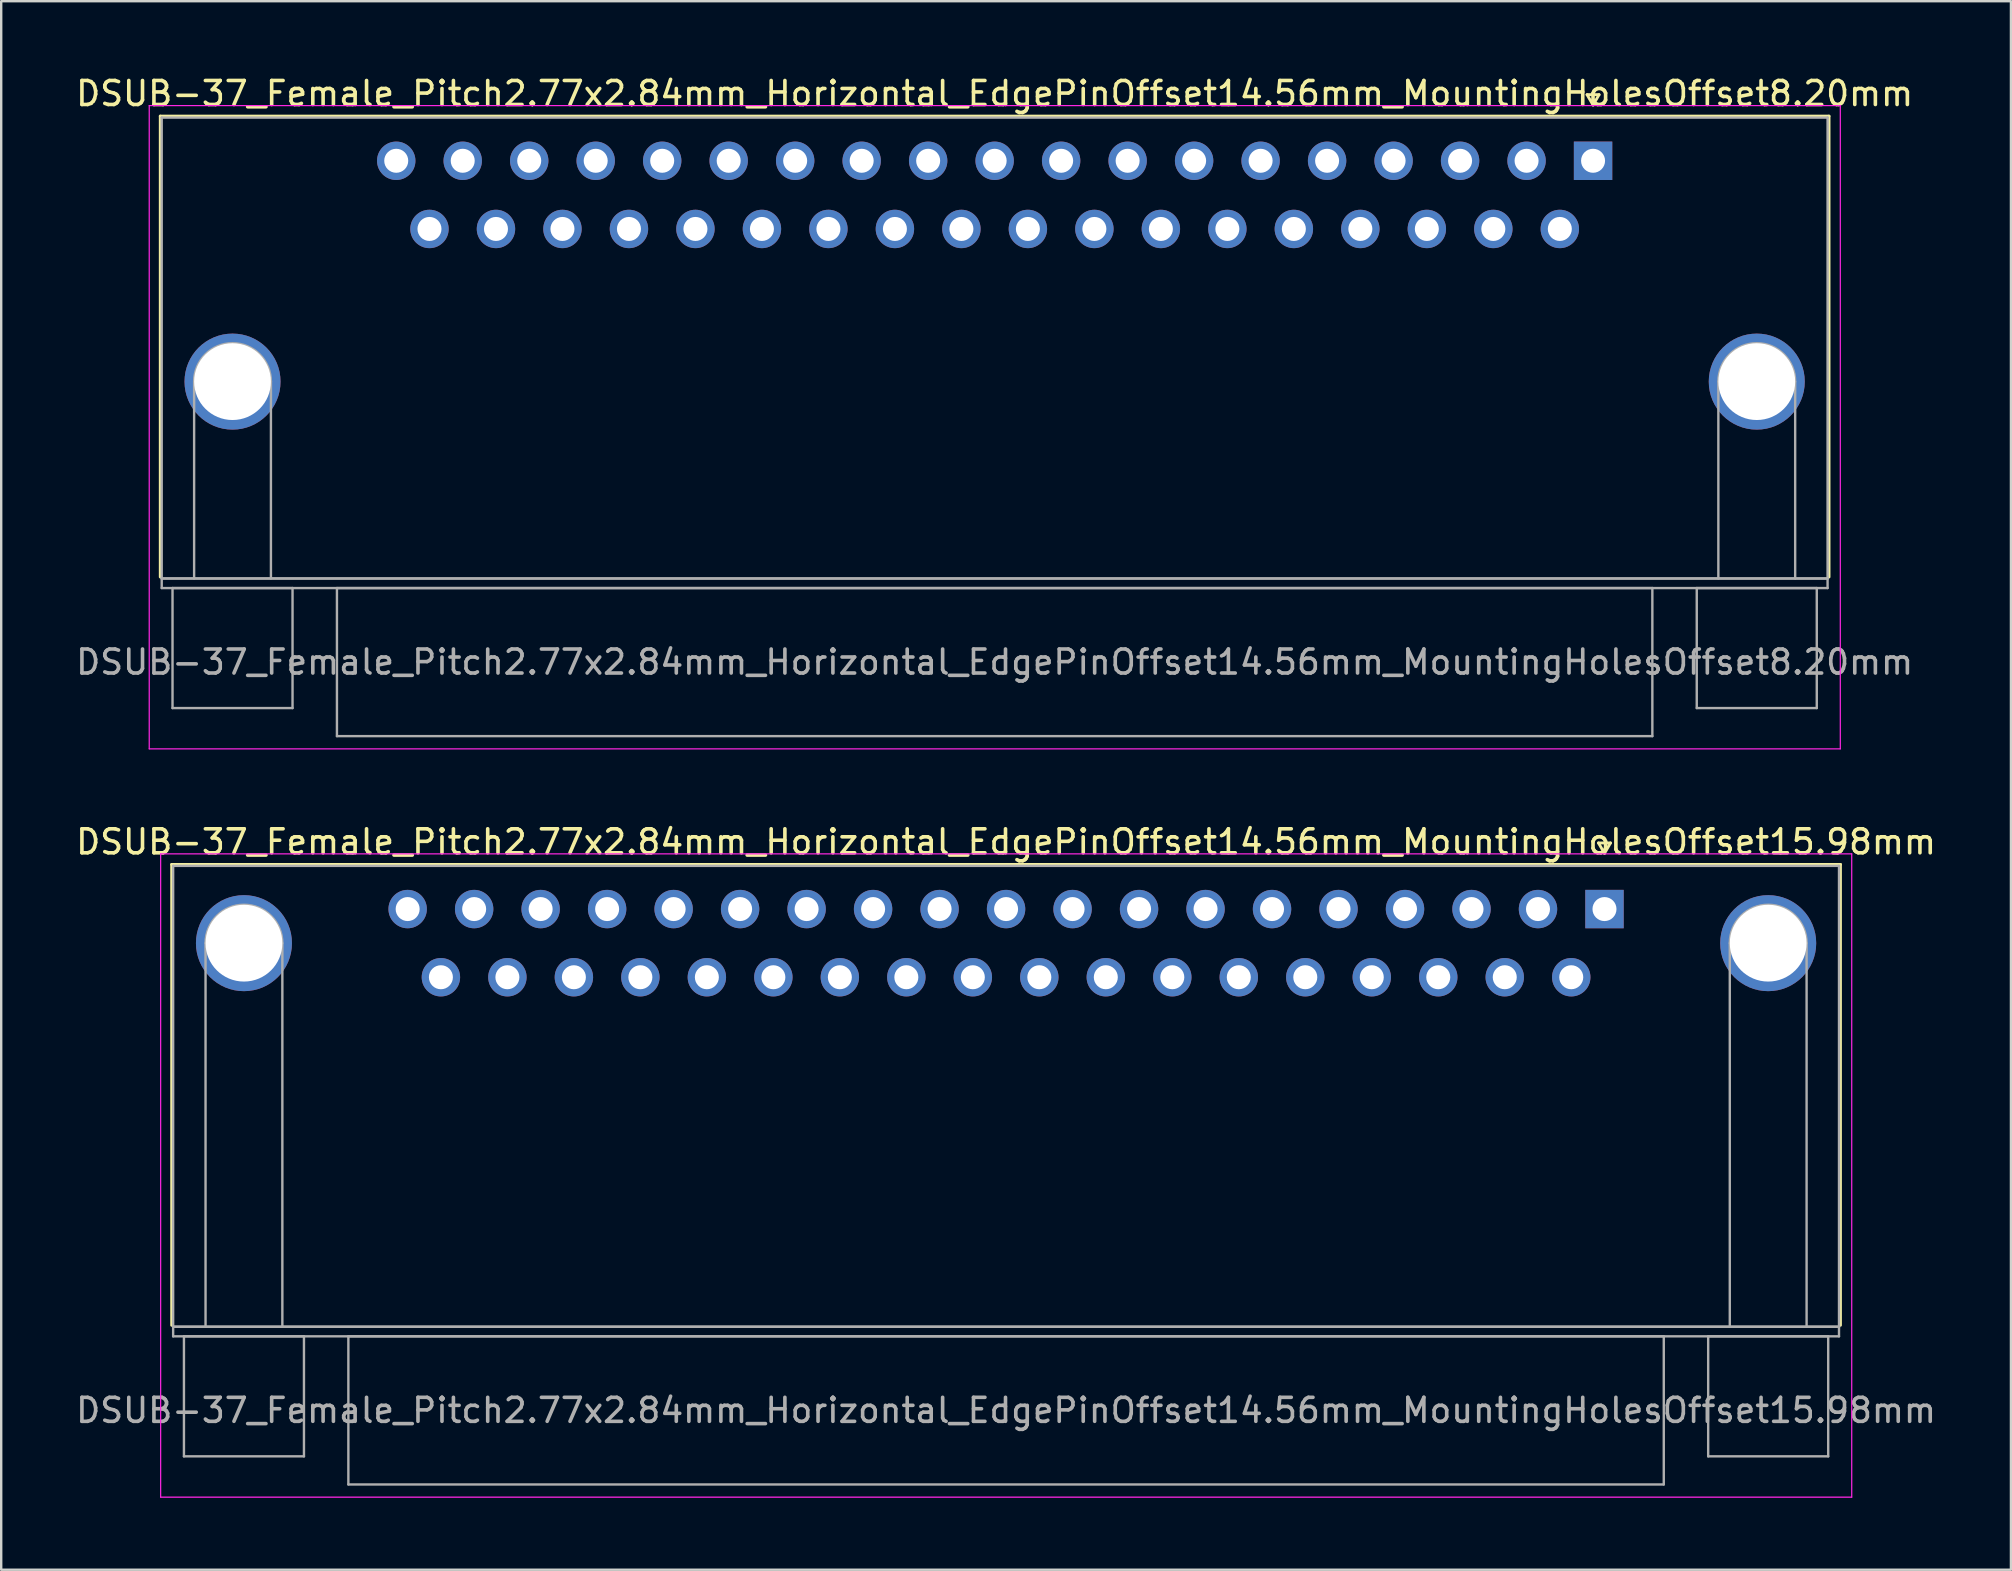
<source format=kicad_pcb>
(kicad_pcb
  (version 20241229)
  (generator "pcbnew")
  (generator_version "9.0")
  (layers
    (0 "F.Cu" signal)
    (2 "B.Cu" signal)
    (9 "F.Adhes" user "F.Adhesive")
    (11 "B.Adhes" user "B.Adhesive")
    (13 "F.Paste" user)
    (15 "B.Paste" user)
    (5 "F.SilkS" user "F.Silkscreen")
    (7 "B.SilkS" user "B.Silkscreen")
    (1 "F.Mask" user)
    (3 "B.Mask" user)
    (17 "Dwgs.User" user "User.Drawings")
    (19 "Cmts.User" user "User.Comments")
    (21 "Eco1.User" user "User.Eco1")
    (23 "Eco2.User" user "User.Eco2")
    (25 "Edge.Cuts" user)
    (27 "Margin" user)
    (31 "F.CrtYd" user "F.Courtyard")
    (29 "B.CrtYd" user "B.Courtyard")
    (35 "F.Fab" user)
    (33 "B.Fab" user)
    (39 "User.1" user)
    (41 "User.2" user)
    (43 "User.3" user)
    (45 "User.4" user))
  (footprint "DSUB-37_Female_Pitch2.77x2.84mm_Horizontal_EdgePinOffset14.56mm_MountingHolesOffset15.98mm"
    (layer "F.Cu")
    (at 63.793 34.822)
    (property "Reference" "DSUB-37_Female_Pitch2.77x2.84mm_Horizontal_EdgePinOffset14.56mm_MountingHolesOffset15.98mm" (at -24.93 -2.8 0) (layer "F.SilkS") (effects (font (size 1 1) (thickness 0.15))))
    (attr through_hole)
    (fp_line (start -59.69 -1.86) (end 9.83 -1.86) (stroke (width 0.12) (type solid)) (layer "F.SilkS"))
    (fp_line (start -59.69 17.34) (end -59.69 -1.86) (stroke (width 0.12) (type solid)) (layer "F.SilkS"))
    (fp_line (start -0.25 -2.754) (end 0.25 -2.754) (stroke (width 0.12) (type solid)) (layer "F.SilkS"))
    (fp_line (start 0 -2.321) (end -0.25 -2.754) (stroke (width 0.12) (type solid)) (layer "F.SilkS"))
    (fp_line (start 0.25 -2.754) (end 0 -2.321) (stroke (width 0.12) (type solid)) (layer "F.SilkS"))
    (fp_line (start 9.83 -1.86) (end 9.83 17.34) (stroke (width 0.12) (type solid)) (layer "F.SilkS"))
    (fp_line (start -60.15 -2.3) (end -60.15 24.5) (stroke (width 0.05) (type solid)) (layer "F.CrtYd"))
    (fp_line (start -60.15 24.5) (end 10.3 24.5) (stroke (width 0.05) (type solid)) (layer "F.CrtYd"))
    (fp_line (start 10.3 -2.3) (end -60.15 -2.3) (stroke (width 0.05) (type solid)) (layer "F.CrtYd"))
    (fp_line (start 10.3 24.5) (end 10.3 -2.3) (stroke (width 0.05) (type solid)) (layer "F.CrtYd"))
    (fp_line (start -59.63 -1.8) (end -59.63 17.4) (stroke (width 0.1) (type solid)) (layer "F.Fab"))
    (fp_line (start -59.63 17.4) (end -59.63 17.8) (stroke (width 0.1) (type solid)) (layer "F.Fab"))
    (fp_line (start -59.63 17.4) (end 9.77 17.4) (stroke (width 0.1) (type solid)) (layer "F.Fab"))
    (fp_line (start -59.63 17.8) (end 9.77 17.8) (stroke (width 0.1) (type solid)) (layer "F.Fab"))
    (fp_line (start -59.18 17.8) (end -59.18 22.8) (stroke (width 0.1) (type solid)) (layer "F.Fab"))
    (fp_line (start -59.18 22.8) (end -54.18 22.8) (stroke (width 0.1) (type solid)) (layer "F.Fab"))
    (fp_line (start -58.28 17.4) (end -58.28 1.42) (stroke (width 0.1) (type solid)) (layer "F.Fab"))
    (fp_line (start -55.08 17.4) (end -55.08 1.42) (stroke (width 0.1) (type solid)) (layer "F.Fab"))
    (fp_line (start -54.18 17.8) (end -59.18 17.8) (stroke (width 0.1) (type solid)) (layer "F.Fab"))
    (fp_line (start -54.18 22.8) (end -54.18 17.8) (stroke (width 0.1) (type solid)) (layer "F.Fab"))
    (fp_line (start -52.33 17.8) (end -52.33 23.97) (stroke (width 0.1) (type solid)) (layer "F.Fab"))
    (fp_line (start -52.33 23.97) (end 2.47 23.97) (stroke (width 0.1) (type solid)) (layer "F.Fab"))
    (fp_line (start 2.47 17.8) (end -52.33 17.8) (stroke (width 0.1) (type solid)) (layer "F.Fab"))
    (fp_line (start 2.47 23.97) (end 2.47 17.8) (stroke (width 0.1) (type solid)) (layer "F.Fab"))
    (fp_line (start 4.32 17.8) (end 4.32 22.8) (stroke (width 0.1) (type solid)) (layer "F.Fab"))
    (fp_line (start 4.32 22.8) (end 9.32 22.8) (stroke (width 0.1) (type solid)) (layer "F.Fab"))
    (fp_line (start 5.22 17.4) (end 5.22 1.42) (stroke (width 0.1) (type solid)) (layer "F.Fab"))
    (fp_line (start 8.42 17.4) (end 8.42 1.42) (stroke (width 0.1) (type solid)) (layer "F.Fab"))
    (fp_line (start 9.32 17.8) (end 4.32 17.8) (stroke (width 0.1) (type solid)) (layer "F.Fab"))
    (fp_line (start 9.32 22.8) (end 9.32 17.8) (stroke (width 0.1) (type solid)) (layer "F.Fab"))
    (fp_line (start 9.77 -1.8) (end -59.63 -1.8) (stroke (width 0.1) (type solid)) (layer "F.Fab"))
    (fp_line (start 9.77 17.4) (end -59.63 17.4) (stroke (width 0.1) (type solid)) (layer "F.Fab"))
    (fp_line (start 9.77 17.4) (end 9.77 -1.8) (stroke (width 0.1) (type solid)) (layer "F.Fab"))
    (fp_line (start 9.77 17.8) (end 9.77 17.4) (stroke (width 0.1) (type solid)) (layer "F.Fab"))
    (fp_arc (start -58.28 1.42) (mid -56.68 -0.18) (end -55.08 1.42) (stroke (width 0.1) (type solid)) (layer "F.Fab"))
    (fp_arc (start 5.22 1.42) (mid 6.82 -0.18) (end 8.42 1.42) (stroke (width 0.1) (type solid)) (layer "F.Fab"))
    (fp_text user "${REFERENCE}" (at -24.93 20.885 0) (layer "F.Fab") (effects (font (size 1 1) (thickness 0.15))))
    (pad "0" thru_hole circle (at -56.68 1.42) (size 4 4) (drill 3.2) (layers "*.Cu" "*.Mask"))
    (pad "0" thru_hole circle (at 6.82 1.42) (size 4 4) (drill 3.2) (layers "*.Cu" "*.Mask"))
    (pad "1" thru_hole rect (at 0 0) (size 1.6 1.6) (drill 1) (layers "*.Cu" "*.Mask"))
    (pad "2" thru_hole circle (at -2.77 0) (size 1.6 1.6) (drill 1) (layers "*.Cu" "*.Mask"))
    (pad "3" thru_hole circle (at -5.54 0) (size 1.6 1.6) (drill 1) (layers "*.Cu" "*.Mask"))
    (pad "4" thru_hole circle (at -8.31 0) (size 1.6 1.6) (drill 1) (layers "*.Cu" "*.Mask"))
    (pad "5" thru_hole circle (at -11.08 0) (size 1.6 1.6) (drill 1) (layers "*.Cu" "*.Mask"))
    (pad "6" thru_hole circle (at -13.85 0) (size 1.6 1.6) (drill 1) (layers "*.Cu" "*.Mask"))
    (pad "7" thru_hole circle (at -16.62 0) (size 1.6 1.6) (drill 1) (layers "*.Cu" "*.Mask"))
    (pad "8" thru_hole circle (at -19.39 0) (size 1.6 1.6) (drill 1) (layers "*.Cu" "*.Mask"))
    (pad "9" thru_hole circle (at -22.16 0) (size 1.6 1.6) (drill 1) (layers "*.Cu" "*.Mask"))
    (pad "10" thru_hole circle (at -24.93 0) (size 1.6 1.6) (drill 1) (layers "*.Cu" "*.Mask"))
    (pad "11" thru_hole circle (at -27.7 0) (size 1.6 1.6) (drill 1) (layers "*.Cu" "*.Mask"))
    (pad "12" thru_hole circle (at -30.47 0) (size 1.6 1.6) (drill 1) (layers "*.Cu" "*.Mask"))
    (pad "13" thru_hole circle (at -33.24 0) (size 1.6 1.6) (drill 1) (layers "*.Cu" "*.Mask"))
    (pad "14" thru_hole circle (at -36.01 0) (size 1.6 1.6) (drill 1) (layers "*.Cu" "*.Mask"))
    (pad "15" thru_hole circle (at -38.78 0) (size 1.6 1.6) (drill 1) (layers "*.Cu" "*.Mask"))
    (pad "16" thru_hole circle (at -41.55 0) (size 1.6 1.6) (drill 1) (layers "*.Cu" "*.Mask"))
    (pad "17" thru_hole circle (at -44.32 0) (size 1.6 1.6) (drill 1) (layers "*.Cu" "*.Mask"))
    (pad "18" thru_hole circle (at -47.09 0) (size 1.6 1.6) (drill 1) (layers "*.Cu" "*.Mask"))
    (pad "19" thru_hole circle (at -49.86 0) (size 1.6 1.6) (drill 1) (layers "*.Cu" "*.Mask"))
    (pad "20" thru_hole circle (at -1.385 2.84) (size 1.6 1.6) (drill 1) (layers "*.Cu" "*.Mask"))
    (pad "21" thru_hole circle (at -4.155 2.84) (size 1.6 1.6) (drill 1) (layers "*.Cu" "*.Mask"))
    (pad "22" thru_hole circle (at -6.925 2.84) (size 1.6 1.6) (drill 1) (layers "*.Cu" "*.Mask"))
    (pad "23" thru_hole circle (at -9.695 2.84) (size 1.6 1.6) (drill 1) (layers "*.Cu" "*.Mask"))
    (pad "24" thru_hole circle (at -12.465 2.84) (size 1.6 1.6) (drill 1) (layers "*.Cu" "*.Mask"))
    (pad "25" thru_hole circle (at -15.235 2.84) (size 1.6 1.6) (drill 1) (layers "*.Cu" "*.Mask"))
    (pad "26" thru_hole circle (at -18.005 2.84) (size 1.6 1.6) (drill 1) (layers "*.Cu" "*.Mask"))
    (pad "27" thru_hole circle (at -20.775 2.84) (size 1.6 1.6) (drill 1) (layers "*.Cu" "*.Mask"))
    (pad "28" thru_hole circle (at -23.545 2.84) (size 1.6 1.6) (drill 1) (layers "*.Cu" "*.Mask"))
    (pad "29" thru_hole circle (at -26.315 2.84) (size 1.6 1.6) (drill 1) (layers "*.Cu" "*.Mask"))
    (pad "30" thru_hole circle (at -29.085 2.84) (size 1.6 1.6) (drill 1) (layers "*.Cu" "*.Mask"))
    (pad "31" thru_hole circle (at -31.855 2.84) (size 1.6 1.6) (drill 1) (layers "*.Cu" "*.Mask"))
    (pad "32" thru_hole circle (at -34.625 2.84) (size 1.6 1.6) (drill 1) (layers "*.Cu" "*.Mask"))
    (pad "33" thru_hole circle (at -37.395 2.84) (size 1.6 1.6) (drill 1) (layers "*.Cu" "*.Mask"))
    (pad "34" thru_hole circle (at -40.165 2.84) (size 1.6 1.6) (drill 1) (layers "*.Cu" "*.Mask"))
    (pad "35" thru_hole circle (at -42.935 2.84) (size 1.6 1.6) (drill 1) (layers "*.Cu" "*.Mask"))
    (pad "36" thru_hole circle (at -45.705 2.84) (size 1.6 1.6) (drill 1) (layers "*.Cu" "*.Mask"))
    (pad "37" thru_hole circle (at -48.475 2.84) (size 1.6 1.6) (drill 1) (layers "*.Cu" "*.Mask")))
  (footprint "DSUB-37_Female_Pitch2.77x2.84mm_Horizontal_EdgePinOffset14.56mm_MountingHolesOffset8.20mm"
    (layer "F.Cu")
    (at 63.317 3.648)
    (property "Reference" "DSUB-37_Female_Pitch2.77x2.84mm_Horizontal_EdgePinOffset14.56mm_MountingHolesOffset8.20mm" (at -24.93 -2.8 0) (layer "F.SilkS") (effects (font (size 1 1) (thickness 0.15))))
    (attr through_hole)
    (fp_line (start -59.69 -1.86) (end 9.83 -1.86) (stroke (width 0.12) (type solid)) (layer "F.SilkS"))
    (fp_line (start -59.69 17.34) (end -59.69 -1.86) (stroke (width 0.12) (type solid)) (layer "F.SilkS"))
    (fp_line (start -0.25 -2.754) (end 0.25 -2.754) (stroke (width 0.12) (type solid)) (layer "F.SilkS"))
    (fp_line (start 0 -2.321) (end -0.25 -2.754) (stroke (width 0.12) (type solid)) (layer "F.SilkS"))
    (fp_line (start 0.25 -2.754) (end 0 -2.321) (stroke (width 0.12) (type solid)) (layer "F.SilkS"))
    (fp_line (start 9.83 -1.86) (end 9.83 17.34) (stroke (width 0.12) (type solid)) (layer "F.SilkS"))
    (fp_line (start -60.15 -2.3) (end -60.15 24.5) (stroke (width 0.05) (type solid)) (layer "F.CrtYd"))
    (fp_line (start -60.15 24.5) (end 10.3 24.5) (stroke (width 0.05) (type solid)) (layer "F.CrtYd"))
    (fp_line (start 10.3 -2.3) (end -60.15 -2.3) (stroke (width 0.05) (type solid)) (layer "F.CrtYd"))
    (fp_line (start 10.3 24.5) (end 10.3 -2.3) (stroke (width 0.05) (type solid)) (layer "F.CrtYd"))
    (fp_line (start -59.63 -1.8) (end -59.63 17.4) (stroke (width 0.1) (type solid)) (layer "F.Fab"))
    (fp_line (start -59.63 17.4) (end -59.63 17.8) (stroke (width 0.1) (type solid)) (layer "F.Fab"))
    (fp_line (start -59.63 17.4) (end 9.77 17.4) (stroke (width 0.1) (type solid)) (layer "F.Fab"))
    (fp_line (start -59.63 17.8) (end 9.77 17.8) (stroke (width 0.1) (type solid)) (layer "F.Fab"))
    (fp_line (start -59.18 17.8) (end -59.18 22.8) (stroke (width 0.1) (type solid)) (layer "F.Fab"))
    (fp_line (start -59.18 22.8) (end -54.18 22.8) (stroke (width 0.1) (type solid)) (layer "F.Fab"))
    (fp_line (start -58.28 17.4) (end -58.28 9.2) (stroke (width 0.1) (type solid)) (layer "F.Fab"))
    (fp_line (start -55.08 17.4) (end -55.08 9.2) (stroke (width 0.1) (type solid)) (layer "F.Fab"))
    (fp_line (start -54.18 17.8) (end -59.18 17.8) (stroke (width 0.1) (type solid)) (layer "F.Fab"))
    (fp_line (start -54.18 22.8) (end -54.18 17.8) (stroke (width 0.1) (type solid)) (layer "F.Fab"))
    (fp_line (start -52.33 17.8) (end -52.33 23.97) (stroke (width 0.1) (type solid)) (layer "F.Fab"))
    (fp_line (start -52.33 23.97) (end 2.47 23.97) (stroke (width 0.1) (type solid)) (layer "F.Fab"))
    (fp_line (start 2.47 17.8) (end -52.33 17.8) (stroke (width 0.1) (type solid)) (layer "F.Fab"))
    (fp_line (start 2.47 23.97) (end 2.47 17.8) (stroke (width 0.1) (type solid)) (layer "F.Fab"))
    (fp_line (start 4.32 17.8) (end 4.32 22.8) (stroke (width 0.1) (type solid)) (layer "F.Fab"))
    (fp_line (start 4.32 22.8) (end 9.32 22.8) (stroke (width 0.1) (type solid)) (layer "F.Fab"))
    (fp_line (start 5.22 17.4) (end 5.22 9.2) (stroke (width 0.1) (type solid)) (layer "F.Fab"))
    (fp_line (start 8.42 17.4) (end 8.42 9.2) (stroke (width 0.1) (type solid)) (layer "F.Fab"))
    (fp_line (start 9.32 17.8) (end 4.32 17.8) (stroke (width 0.1) (type solid)) (layer "F.Fab"))
    (fp_line (start 9.32 22.8) (end 9.32 17.8) (stroke (width 0.1) (type solid)) (layer "F.Fab"))
    (fp_line (start 9.77 -1.8) (end -59.63 -1.8) (stroke (width 0.1) (type solid)) (layer "F.Fab"))
    (fp_line (start 9.77 17.4) (end -59.63 17.4) (stroke (width 0.1) (type solid)) (layer "F.Fab"))
    (fp_line (start 9.77 17.4) (end 9.77 -1.8) (stroke (width 0.1) (type solid)) (layer "F.Fab"))
    (fp_line (start 9.77 17.8) (end 9.77 17.4) (stroke (width 0.1) (type solid)) (layer "F.Fab"))
    (fp_arc (start -58.28 9.2) (mid -56.68 7.6) (end -55.08 9.2) (stroke (width 0.1) (type solid)) (layer "F.Fab"))
    (fp_arc (start 5.22 9.2) (mid 6.82 7.6) (end 8.42 9.2) (stroke (width 0.1) (type solid)) (layer "F.Fab"))
    (fp_text user "${REFERENCE}" (at -24.93 20.885 0) (layer "F.Fab") (effects (font (size 1 1) (thickness 0.15))))
    (pad "0" thru_hole circle (at -56.68 9.2) (size 4 4) (drill 3.2) (layers "*.Cu" "*.Mask"))
    (pad "0" thru_hole circle (at 6.82 9.2) (size 4 4) (drill 3.2) (layers "*.Cu" "*.Mask"))
    (pad "1" thru_hole rect (at 0 0) (size 1.6 1.6) (drill 1) (layers "*.Cu" "*.Mask"))
    (pad "2" thru_hole circle (at -2.77 0) (size 1.6 1.6) (drill 1) (layers "*.Cu" "*.Mask"))
    (pad "3" thru_hole circle (at -5.54 0) (size 1.6 1.6) (drill 1) (layers "*.Cu" "*.Mask"))
    (pad "4" thru_hole circle (at -8.31 0) (size 1.6 1.6) (drill 1) (layers "*.Cu" "*.Mask"))
    (pad "5" thru_hole circle (at -11.08 0) (size 1.6 1.6) (drill 1) (layers "*.Cu" "*.Mask"))
    (pad "6" thru_hole circle (at -13.85 0) (size 1.6 1.6) (drill 1) (layers "*.Cu" "*.Mask"))
    (pad "7" thru_hole circle (at -16.62 0) (size 1.6 1.6) (drill 1) (layers "*.Cu" "*.Mask"))
    (pad "8" thru_hole circle (at -19.39 0) (size 1.6 1.6) (drill 1) (layers "*.Cu" "*.Mask"))
    (pad "9" thru_hole circle (at -22.16 0) (size 1.6 1.6) (drill 1) (layers "*.Cu" "*.Mask"))
    (pad "10" thru_hole circle (at -24.93 0) (size 1.6 1.6) (drill 1) (layers "*.Cu" "*.Mask"))
    (pad "11" thru_hole circle (at -27.7 0) (size 1.6 1.6) (drill 1) (layers "*.Cu" "*.Mask"))
    (pad "12" thru_hole circle (at -30.47 0) (size 1.6 1.6) (drill 1) (layers "*.Cu" "*.Mask"))
    (pad "13" thru_hole circle (at -33.24 0) (size 1.6 1.6) (drill 1) (layers "*.Cu" "*.Mask"))
    (pad "14" thru_hole circle (at -36.01 0) (size 1.6 1.6) (drill 1) (layers "*.Cu" "*.Mask"))
    (pad "15" thru_hole circle (at -38.78 0) (size 1.6 1.6) (drill 1) (layers "*.Cu" "*.Mask"))
    (pad "16" thru_hole circle (at -41.55 0) (size 1.6 1.6) (drill 1) (layers "*.Cu" "*.Mask"))
    (pad "17" thru_hole circle (at -44.32 0) (size 1.6 1.6) (drill 1) (layers "*.Cu" "*.Mask"))
    (pad "18" thru_hole circle (at -47.09 0) (size 1.6 1.6) (drill 1) (layers "*.Cu" "*.Mask"))
    (pad "19" thru_hole circle (at -49.86 0) (size 1.6 1.6) (drill 1) (layers "*.Cu" "*.Mask"))
    (pad "20" thru_hole circle (at -1.385 2.84) (size 1.6 1.6) (drill 1) (layers "*.Cu" "*.Mask"))
    (pad "21" thru_hole circle (at -4.155 2.84) (size 1.6 1.6) (drill 1) (layers "*.Cu" "*.Mask"))
    (pad "22" thru_hole circle (at -6.925 2.84) (size 1.6 1.6) (drill 1) (layers "*.Cu" "*.Mask"))
    (pad "23" thru_hole circle (at -9.695 2.84) (size 1.6 1.6) (drill 1) (layers "*.Cu" "*.Mask"))
    (pad "24" thru_hole circle (at -12.465 2.84) (size 1.6 1.6) (drill 1) (layers "*.Cu" "*.Mask"))
    (pad "25" thru_hole circle (at -15.235 2.84) (size 1.6 1.6) (drill 1) (layers "*.Cu" "*.Mask"))
    (pad "26" thru_hole circle (at -18.005 2.84) (size 1.6 1.6) (drill 1) (layers "*.Cu" "*.Mask"))
    (pad "27" thru_hole circle (at -20.775 2.84) (size 1.6 1.6) (drill 1) (layers "*.Cu" "*.Mask"))
    (pad "28" thru_hole circle (at -23.545 2.84) (size 1.6 1.6) (drill 1) (layers "*.Cu" "*.Mask"))
    (pad "29" thru_hole circle (at -26.315 2.84) (size 1.6 1.6) (drill 1) (layers "*.Cu" "*.Mask"))
    (pad "30" thru_hole circle (at -29.085 2.84) (size 1.6 1.6) (drill 1) (layers "*.Cu" "*.Mask"))
    (pad "31" thru_hole circle (at -31.855 2.84) (size 1.6 1.6) (drill 1) (layers "*.Cu" "*.Mask"))
    (pad "32" thru_hole circle (at -34.625 2.84) (size 1.6 1.6) (drill 1) (layers "*.Cu" "*.Mask"))
    (pad "33" thru_hole circle (at -37.395 2.84) (size 1.6 1.6) (drill 1) (layers "*.Cu" "*.Mask"))
    (pad "34" thru_hole circle (at -40.165 2.84) (size 1.6 1.6) (drill 1) (layers "*.Cu" "*.Mask"))
    (pad "35" thru_hole circle (at -42.935 2.84) (size 1.6 1.6) (drill 1) (layers "*.Cu" "*.Mask"))
    (pad "36" thru_hole circle (at -45.705 2.84) (size 1.6 1.6) (drill 1) (layers "*.Cu" "*.Mask"))
    (pad "37" thru_hole circle (at -48.475 2.84) (size 1.6 1.6) (drill 1) (layers "*.Cu" "*.Mask")))
  (gr_rect
    (start -3 -3)
    (end 80.726 62.346)
    (stroke (width 0.1) (type default))
    (fill no)
    (layer "Edge.Cuts")))
</source>
